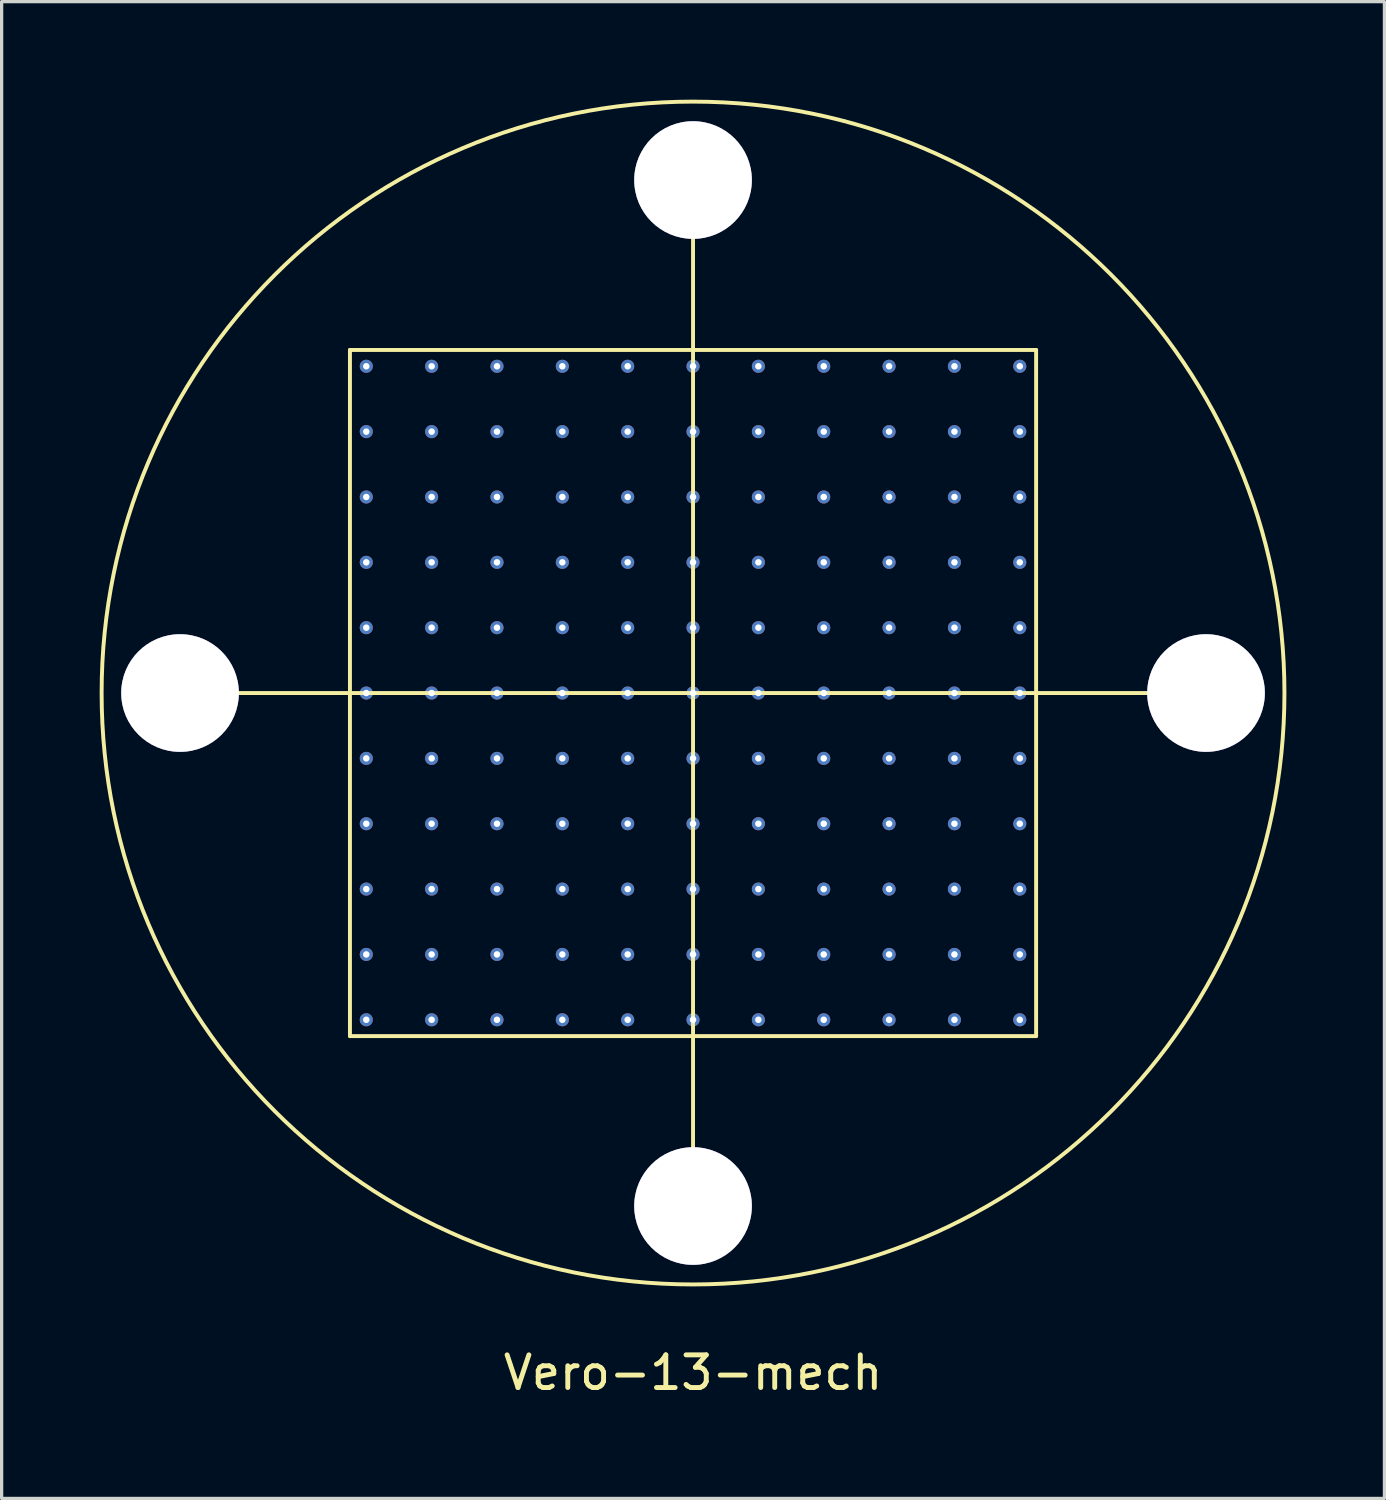
<source format=kicad_pcb>
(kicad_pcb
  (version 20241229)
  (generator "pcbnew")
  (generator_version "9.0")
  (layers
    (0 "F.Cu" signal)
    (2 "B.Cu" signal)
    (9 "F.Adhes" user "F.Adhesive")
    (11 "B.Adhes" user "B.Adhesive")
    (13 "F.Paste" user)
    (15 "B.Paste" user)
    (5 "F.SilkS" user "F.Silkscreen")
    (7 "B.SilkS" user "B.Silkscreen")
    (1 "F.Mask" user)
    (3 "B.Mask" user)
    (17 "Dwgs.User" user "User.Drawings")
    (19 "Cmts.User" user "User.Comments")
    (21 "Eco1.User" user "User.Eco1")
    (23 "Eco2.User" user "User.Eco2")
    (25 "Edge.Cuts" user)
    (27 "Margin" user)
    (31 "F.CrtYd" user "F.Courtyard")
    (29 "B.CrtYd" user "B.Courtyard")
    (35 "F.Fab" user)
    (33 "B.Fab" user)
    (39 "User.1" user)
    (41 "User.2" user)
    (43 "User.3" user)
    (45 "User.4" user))
  (footprint "Vero-13-mech"
    (layer "F.Cu")
    (at 18.16 18.16)
    (property "Reference" "Vero-13-mech" (at 0 20.8 0) (layer "F.SilkS") (effects (font (size 1 1) (thickness 0.15))))
    (attr through_hole)
    (fp_line (start -15.7 0) (end 15.7 0) (stroke (width 0.12) (type solid)) (layer "F.SilkS"))
    (fp_line (start -10.5 -10.5) (end -10.5 10.5) (stroke (width 0.12) (type solid)) (layer "F.SilkS"))
    (fp_line (start -10.5 -10.5) (end 10.5 -10.5) (stroke (width 0.12) (type solid)) (layer "F.SilkS"))
    (fp_line (start -10.5 10.5) (end 10.5 10.5) (stroke (width 0.12) (type solid)) (layer "F.SilkS"))
    (fp_line (start 0 -15.7) (end 0 15.7) (stroke (width 0.12) (type solid)) (layer "F.SilkS"))
    (fp_line (start 10.5 10.5) (end 10.5 -10.5) (stroke (width 0.12) (type solid)) (layer "F.SilkS"))
    (fp_circle (center 0 0) (end 18.1 0) (stroke (width 0.12) (type solid)) (fill no) (layer "F.SilkS"))
    (pad "0" thru_hole circle (at -15.7 0) (size 3.6 3.6) (drill 3.6) (layers "*.Cu" "*.Mask"))
    (pad "0" thru_hole circle (at -10 -10) (size 0.4 0.4) (drill 0.2) (layers "*.Cu" "*.Mask"))
    (pad "0" thru_hole circle (at -10 -8) (size 0.4 0.4) (drill 0.2) (layers "*.Cu" "*.Mask"))
    (pad "0" thru_hole circle (at -10 -6) (size 0.4 0.4) (drill 0.2) (layers "*.Cu" "*.Mask"))
    (pad "0" thru_hole circle (at -10 -4) (size 0.4 0.4) (drill 0.2) (layers "*.Cu" "*.Mask"))
    (pad "0" thru_hole circle (at -10 -2) (size 0.4 0.4) (drill 0.2) (layers "*.Cu" "*.Mask"))
    (pad "0" thru_hole circle (at -10 0) (size 0.4 0.4) (drill 0.2) (layers "*.Cu" "*.Mask"))
    (pad "0" thru_hole circle (at -10 2) (size 0.4 0.4) (drill 0.2) (layers "*.Cu" "*.Mask"))
    (pad "0" thru_hole circle (at -10 4) (size 0.4 0.4) (drill 0.2) (layers "*.Cu" "*.Mask"))
    (pad "0" thru_hole circle (at -10 6) (size 0.4 0.4) (drill 0.2) (layers "*.Cu" "*.Mask"))
    (pad "0" thru_hole circle (at -10 8) (size 0.4 0.4) (drill 0.2) (layers "*.Cu" "*.Mask"))
    (pad "0" thru_hole circle (at -10 10) (size 0.4 0.4) (drill 0.2) (layers "*.Cu" "*.Mask"))
    (pad "0" thru_hole circle (at -8 -10) (size 0.4 0.4) (drill 0.2) (layers "*.Cu" "*.Mask"))
    (pad "0" thru_hole circle (at -8 -8) (size 0.4 0.4) (drill 0.2) (layers "*.Cu" "*.Mask"))
    (pad "0" thru_hole circle (at -8 -6) (size 0.4 0.4) (drill 0.2) (layers "*.Cu" "*.Mask"))
    (pad "0" thru_hole circle (at -8 -4) (size 0.4 0.4) (drill 0.2) (layers "*.Cu" "*.Mask"))
    (pad "0" thru_hole circle (at -8 -2) (size 0.4 0.4) (drill 0.2) (layers "*.Cu" "*.Mask"))
    (pad "0" thru_hole circle (at -8 0) (size 0.4 0.4) (drill 0.2) (layers "*.Cu" "*.Mask"))
    (pad "0" thru_hole circle (at -8 2) (size 0.4 0.4) (drill 0.2) (layers "*.Cu" "*.Mask"))
    (pad "0" thru_hole circle (at -8 4) (size 0.4 0.4) (drill 0.2) (layers "*.Cu" "*.Mask"))
    (pad "0" thru_hole circle (at -8 6) (size 0.4 0.4) (drill 0.2) (layers "*.Cu" "*.Mask"))
    (pad "0" thru_hole circle (at -8 8) (size 0.4 0.4) (drill 0.2) (layers "*.Cu" "*.Mask"))
    (pad "0" thru_hole circle (at -8 10) (size 0.4 0.4) (drill 0.2) (layers "*.Cu" "*.Mask"))
    (pad "0" thru_hole circle (at -6 -10) (size 0.4 0.4) (drill 0.2) (layers "*.Cu" "*.Mask"))
    (pad "0" thru_hole circle (at -6 -8) (size 0.4 0.4) (drill 0.2) (layers "*.Cu" "*.Mask"))
    (pad "0" thru_hole circle (at -6 -6) (size 0.4 0.4) (drill 0.2) (layers "*.Cu" "*.Mask"))
    (pad "0" thru_hole circle (at -6 -4) (size 0.4 0.4) (drill 0.2) (layers "*.Cu" "*.Mask"))
    (pad "0" thru_hole circle (at -6 -2) (size 0.4 0.4) (drill 0.2) (layers "*.Cu" "*.Mask"))
    (pad "0" thru_hole circle (at -6 0) (size 0.4 0.4) (drill 0.2) (layers "*.Cu" "*.Mask"))
    (pad "0" thru_hole circle (at -6 2) (size 0.4 0.4) (drill 0.2) (layers "*.Cu" "*.Mask"))
    (pad "0" thru_hole circle (at -6 4) (size 0.4 0.4) (drill 0.2) (layers "*.Cu" "*.Mask"))
    (pad "0" thru_hole circle (at -6 6) (size 0.4 0.4) (drill 0.2) (layers "*.Cu" "*.Mask"))
    (pad "0" thru_hole circle (at -6 8) (size 0.4 0.4) (drill 0.2) (layers "*.Cu" "*.Mask"))
    (pad "0" thru_hole circle (at -6 10) (size 0.4 0.4) (drill 0.2) (layers "*.Cu" "*.Mask"))
    (pad "0" thru_hole circle (at -4 -10) (size 0.4 0.4) (drill 0.2) (layers "*.Cu" "*.Mask"))
    (pad "0" thru_hole circle (at -4 -8) (size 0.4 0.4) (drill 0.2) (layers "*.Cu" "*.Mask"))
    (pad "0" thru_hole circle (at -4 -6) (size 0.4 0.4) (drill 0.2) (layers "*.Cu" "*.Mask"))
    (pad "0" thru_hole circle (at -4 -4) (size 0.4 0.4) (drill 0.2) (layers "*.Cu" "*.Mask"))
    (pad "0" thru_hole circle (at -4 -2) (size 0.4 0.4) (drill 0.2) (layers "*.Cu" "*.Mask"))
    (pad "0" thru_hole circle (at -4 0) (size 0.4 0.4) (drill 0.2) (layers "*.Cu" "*.Mask"))
    (pad "0" thru_hole circle (at -4 2) (size 0.4 0.4) (drill 0.2) (layers "*.Cu" "*.Mask"))
    (pad "0" thru_hole circle (at -4 4) (size 0.4 0.4) (drill 0.2) (layers "*.Cu" "*.Mask"))
    (pad "0" thru_hole circle (at -4 6) (size 0.4 0.4) (drill 0.2) (layers "*.Cu" "*.Mask"))
    (pad "0" thru_hole circle (at -4 8) (size 0.4 0.4) (drill 0.2) (layers "*.Cu" "*.Mask"))
    (pad "0" thru_hole circle (at -4 10) (size 0.4 0.4) (drill 0.2) (layers "*.Cu" "*.Mask"))
    (pad "0" thru_hole circle (at -2 -10) (size 0.4 0.4) (drill 0.2) (layers "*.Cu" "*.Mask"))
    (pad "0" thru_hole circle (at -2 -8) (size 0.4 0.4) (drill 0.2) (layers "*.Cu" "*.Mask"))
    (pad "0" thru_hole circle (at -2 -6) (size 0.4 0.4) (drill 0.2) (layers "*.Cu" "*.Mask"))
    (pad "0" thru_hole circle (at -2 -4) (size 0.4 0.4) (drill 0.2) (layers "*.Cu" "*.Mask"))
    (pad "0" thru_hole circle (at -2 -2) (size 0.4 0.4) (drill 0.2) (layers "*.Cu" "*.Mask"))
    (pad "0" thru_hole circle (at -2 0) (size 0.4 0.4) (drill 0.2) (layers "*.Cu" "*.Mask"))
    (pad "0" thru_hole circle (at -2 2) (size 0.4 0.4) (drill 0.2) (layers "*.Cu" "*.Mask"))
    (pad "0" thru_hole circle (at -2 4) (size 0.4 0.4) (drill 0.2) (layers "*.Cu" "*.Mask"))
    (pad "0" thru_hole circle (at -2 6) (size 0.4 0.4) (drill 0.2) (layers "*.Cu" "*.Mask"))
    (pad "0" thru_hole circle (at -2 8) (size 0.4 0.4) (drill 0.2) (layers "*.Cu" "*.Mask"))
    (pad "0" thru_hole circle (at -2 10) (size 0.4 0.4) (drill 0.2) (layers "*.Cu" "*.Mask"))
    (pad "0" thru_hole circle (at 0 -15.7) (size 3.6 3.6) (drill 3.6) (layers "*.Cu" "*.Mask"))
    (pad "0" thru_hole circle (at 0 -10) (size 0.4 0.4) (drill 0.2) (layers "*.Cu" "*.Mask"))
    (pad "0" thru_hole circle (at 0 -8) (size 0.4 0.4) (drill 0.2) (layers "*.Cu" "*.Mask"))
    (pad "0" thru_hole circle (at 0 -6) (size 0.4 0.4) (drill 0.2) (layers "*.Cu" "*.Mask"))
    (pad "0" thru_hole circle (at 0 -4) (size 0.4 0.4) (drill 0.2) (layers "*.Cu" "*.Mask"))
    (pad "0" thru_hole circle (at 0 -2) (size 0.4 0.4) (drill 0.2) (layers "*.Cu" "*.Mask"))
    (pad "0" thru_hole circle (at 0 0) (size 0.4 0.4) (drill 0.2) (layers "*.Cu" "*.Mask"))
    (pad "0" thru_hole circle (at 0 2) (size 0.4 0.4) (drill 0.2) (layers "*.Cu" "*.Mask"))
    (pad "0" thru_hole circle (at 0 4) (size 0.4 0.4) (drill 0.2) (layers "*.Cu" "*.Mask"))
    (pad "0" thru_hole circle (at 0 6) (size 0.4 0.4) (drill 0.2) (layers "*.Cu" "*.Mask"))
    (pad "0" thru_hole circle (at 0 8) (size 0.4 0.4) (drill 0.2) (layers "*.Cu" "*.Mask"))
    (pad "0" thru_hole circle (at 0 10) (size 0.4 0.4) (drill 0.2) (layers "*.Cu" "*.Mask"))
    (pad "0" thru_hole circle (at 0 15.7) (size 3.6 3.6) (drill 3.6) (layers "*.Cu" "*.Mask"))
    (pad "0" thru_hole circle (at 2 -10) (size 0.4 0.4) (drill 0.2) (layers "*.Cu" "*.Mask"))
    (pad "0" thru_hole circle (at 2 -8) (size 0.4 0.4) (drill 0.2) (layers "*.Cu" "*.Mask"))
    (pad "0" thru_hole circle (at 2 -6) (size 0.4 0.4) (drill 0.2) (layers "*.Cu" "*.Mask"))
    (pad "0" thru_hole circle (at 2 -4) (size 0.4 0.4) (drill 0.2) (layers "*.Cu" "*.Mask"))
    (pad "0" thru_hole circle (at 2 -2) (size 0.4 0.4) (drill 0.2) (layers "*.Cu" "*.Mask"))
    (pad "0" thru_hole circle (at 2 0) (size 0.4 0.4) (drill 0.2) (layers "*.Cu" "*.Mask"))
    (pad "0" thru_hole circle (at 2 2) (size 0.4 0.4) (drill 0.2) (layers "*.Cu" "*.Mask"))
    (pad "0" thru_hole circle (at 2 4) (size 0.4 0.4) (drill 0.2) (layers "*.Cu" "*.Mask"))
    (pad "0" thru_hole circle (at 2 6) (size 0.4 0.4) (drill 0.2) (layers "*.Cu" "*.Mask"))
    (pad "0" thru_hole circle (at 2 8) (size 0.4 0.4) (drill 0.2) (layers "*.Cu" "*.Mask"))
    (pad "0" thru_hole circle (at 2 10) (size 0.4 0.4) (drill 0.2) (layers "*.Cu" "*.Mask"))
    (pad "0" thru_hole circle (at 4 -10) (size 0.4 0.4) (drill 0.2) (layers "*.Cu" "*.Mask"))
    (pad "0" thru_hole circle (at 4 -8) (size 0.4 0.4) (drill 0.2) (layers "*.Cu" "*.Mask"))
    (pad "0" thru_hole circle (at 4 -6) (size 0.4 0.4) (drill 0.2) (layers "*.Cu" "*.Mask"))
    (pad "0" thru_hole circle (at 4 -4) (size 0.4 0.4) (drill 0.2) (layers "*.Cu" "*.Mask"))
    (pad "0" thru_hole circle (at 4 -2) (size 0.4 0.4) (drill 0.2) (layers "*.Cu" "*.Mask"))
    (pad "0" thru_hole circle (at 4 0) (size 0.4 0.4) (drill 0.2) (layers "*.Cu" "*.Mask"))
    (pad "0" thru_hole circle (at 4 2) (size 0.4 0.4) (drill 0.2) (layers "*.Cu" "*.Mask"))
    (pad "0" thru_hole circle (at 4 4) (size 0.4 0.4) (drill 0.2) (layers "*.Cu" "*.Mask"))
    (pad "0" thru_hole circle (at 4 6) (size 0.4 0.4) (drill 0.2) (layers "*.Cu" "*.Mask"))
    (pad "0" thru_hole circle (at 4 8) (size 0.4 0.4) (drill 0.2) (layers "*.Cu" "*.Mask"))
    (pad "0" thru_hole circle (at 4 10) (size 0.4 0.4) (drill 0.2) (layers "*.Cu" "*.Mask"))
    (pad "0" thru_hole circle (at 6 -10) (size 0.4 0.4) (drill 0.2) (layers "*.Cu" "*.Mask"))
    (pad "0" thru_hole circle (at 6 -8) (size 0.4 0.4) (drill 0.2) (layers "*.Cu" "*.Mask"))
    (pad "0" thru_hole circle (at 6 -6) (size 0.4 0.4) (drill 0.2) (layers "*.Cu" "*.Mask"))
    (pad "0" thru_hole circle (at 6 -4) (size 0.4 0.4) (drill 0.2) (layers "*.Cu" "*.Mask"))
    (pad "0" thru_hole circle (at 6 -2) (size 0.4 0.4) (drill 0.2) (layers "*.Cu" "*.Mask"))
    (pad "0" thru_hole circle (at 6 0) (size 0.4 0.4) (drill 0.2) (layers "*.Cu" "*.Mask"))
    (pad "0" thru_hole circle (at 6 2) (size 0.4 0.4) (drill 0.2) (layers "*.Cu" "*.Mask"))
    (pad "0" thru_hole circle (at 6 4) (size 0.4 0.4) (drill 0.2) (layers "*.Cu" "*.Mask"))
    (pad "0" thru_hole circle (at 6 6) (size 0.4 0.4) (drill 0.2) (layers "*.Cu" "*.Mask"))
    (pad "0" thru_hole circle (at 6 8) (size 0.4 0.4) (drill 0.2) (layers "*.Cu" "*.Mask"))
    (pad "0" thru_hole circle (at 6 10) (size 0.4 0.4) (drill 0.2) (layers "*.Cu" "*.Mask"))
    (pad "0" thru_hole circle (at 8 -10) (size 0.4 0.4) (drill 0.2) (layers "*.Cu" "*.Mask"))
    (pad "0" thru_hole circle (at 8 -8) (size 0.4 0.4) (drill 0.2) (layers "*.Cu" "*.Mask"))
    (pad "0" thru_hole circle (at 8 -6) (size 0.4 0.4) (drill 0.2) (layers "*.Cu" "*.Mask"))
    (pad "0" thru_hole circle (at 8 -4) (size 0.4 0.4) (drill 0.2) (layers "*.Cu" "*.Mask"))
    (pad "0" thru_hole circle (at 8 -2) (size 0.4 0.4) (drill 0.2) (layers "*.Cu" "*.Mask"))
    (pad "0" thru_hole circle (at 8 0) (size 0.4 0.4) (drill 0.2) (layers "*.Cu" "*.Mask"))
    (pad "0" thru_hole circle (at 8 2) (size 0.4 0.4) (drill 0.2) (layers "*.Cu" "*.Mask"))
    (pad "0" thru_hole circle (at 8 4) (size 0.4 0.4) (drill 0.2) (layers "*.Cu" "*.Mask"))
    (pad "0" thru_hole circle (at 8 6) (size 0.4 0.4) (drill 0.2) (layers "*.Cu" "*.Mask"))
    (pad "0" thru_hole circle (at 8 8) (size 0.4 0.4) (drill 0.2) (layers "*.Cu" "*.Mask"))
    (pad "0" thru_hole circle (at 8 10) (size 0.4 0.4) (drill 0.2) (layers "*.Cu" "*.Mask"))
    (pad "0" thru_hole circle (at 10 -10) (size 0.4 0.4) (drill 0.2) (layers "*.Cu" "*.Mask"))
    (pad "0" thru_hole circle (at 10 -8) (size 0.4 0.4) (drill 0.2) (layers "*.Cu" "*.Mask"))
    (pad "0" thru_hole circle (at 10 -6) (size 0.4 0.4) (drill 0.2) (layers "*.Cu" "*.Mask"))
    (pad "0" thru_hole circle (at 10 -4) (size 0.4 0.4) (drill 0.2) (layers "*.Cu" "*.Mask"))
    (pad "0" thru_hole circle (at 10 -2) (size 0.4 0.4) (drill 0.2) (layers "*.Cu" "*.Mask"))
    (pad "0" thru_hole circle (at 10 0) (size 0.4 0.4) (drill 0.2) (layers "*.Cu" "*.Mask"))
    (pad "0" thru_hole circle (at 10 2) (size 0.4 0.4) (drill 0.2) (layers "*.Cu" "*.Mask"))
    (pad "0" thru_hole circle (at 10 4) (size 0.4 0.4) (drill 0.2) (layers "*.Cu" "*.Mask"))
    (pad "0" thru_hole circle (at 10 6) (size 0.4 0.4) (drill 0.2) (layers "*.Cu" "*.Mask"))
    (pad "0" thru_hole circle (at 10 8) (size 0.4 0.4) (drill 0.2) (layers "*.Cu" "*.Mask"))
    (pad "0" thru_hole circle (at 10 10) (size 0.4 0.4) (drill 0.2) (layers "*.Cu" "*.Mask"))
    (pad "0" thru_hole circle (at 15.7 0) (size 3.6 3.6) (drill 3.6) (layers "*.Cu" "*.Mask")))
  (gr_rect
    (start -3 -3)
    (end 39.32 42.808)
    (stroke (width 0.1) (type default))
    (fill no)
    (layer "Edge.Cuts")))
</source>
